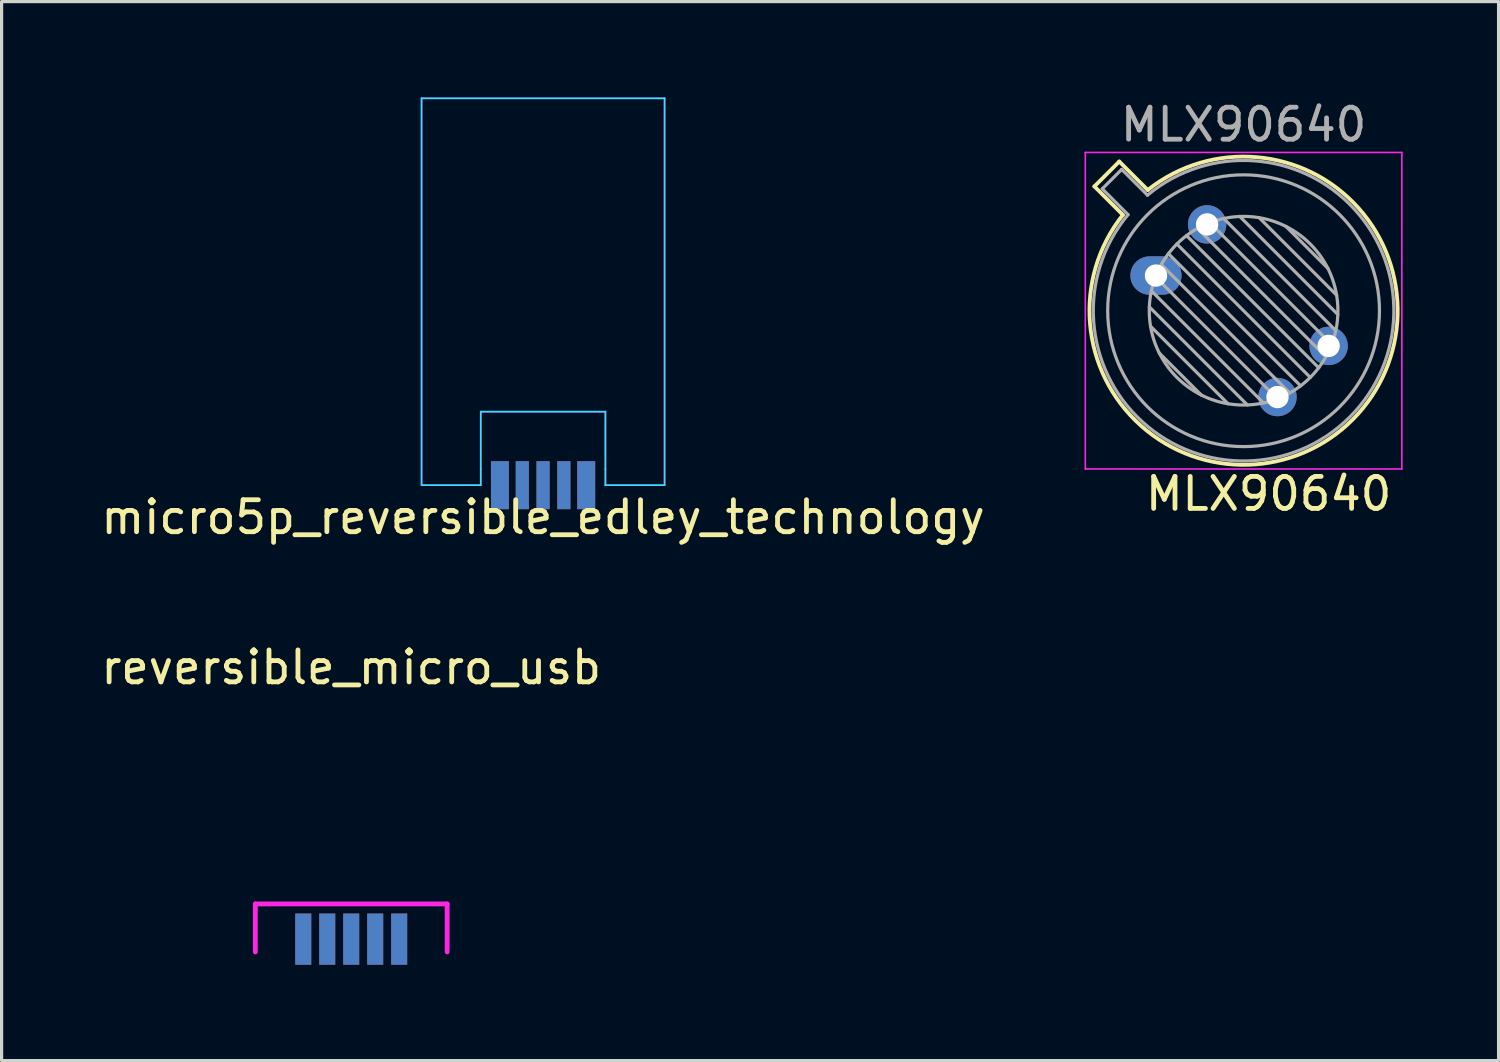
<source format=kicad_pcb>
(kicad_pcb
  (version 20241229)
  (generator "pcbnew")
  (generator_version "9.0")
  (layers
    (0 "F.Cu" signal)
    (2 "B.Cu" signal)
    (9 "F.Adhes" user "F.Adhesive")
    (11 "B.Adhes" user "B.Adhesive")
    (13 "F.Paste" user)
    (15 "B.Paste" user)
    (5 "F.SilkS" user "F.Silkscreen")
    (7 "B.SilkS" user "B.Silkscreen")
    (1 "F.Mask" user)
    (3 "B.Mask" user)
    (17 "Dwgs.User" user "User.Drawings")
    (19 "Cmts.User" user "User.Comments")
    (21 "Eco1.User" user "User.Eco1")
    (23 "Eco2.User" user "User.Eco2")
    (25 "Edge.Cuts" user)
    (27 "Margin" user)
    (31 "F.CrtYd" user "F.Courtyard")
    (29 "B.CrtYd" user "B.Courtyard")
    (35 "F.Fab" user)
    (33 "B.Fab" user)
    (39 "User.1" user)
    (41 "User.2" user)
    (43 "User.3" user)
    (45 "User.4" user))
  (footprint "micro5p_reversible_edley_technology"
    (layer "F.Cu")
    (at 13.935 11.125)
    (property "Reference" "micro5p_reversible_edley_technology" (at 0 2 0) (layer "F.SilkS") (effects (font (size 1 1) (thickness 0.15))))
    (attr through_hole)
    (fp_line (start -3.8 -11.1) (end 3.8 -11.1) (stroke (width 0.05) (type solid)) (layer "B.CrtYd"))
    (fp_line (start -3.8 1) (end -3.8 -11.1) (stroke (width 0.05) (type solid)) (layer "B.CrtYd"))
    (fp_line (start -3.8 1) (end -1.95 1) (stroke (width 0.05) (type solid)) (layer "B.CrtYd"))
    (fp_line (start -1.95 -1.3) (end -1.95 0.5) (stroke (width 0.05) (type solid)) (layer "B.CrtYd"))
    (fp_line (start -1.95 0.5) (end -1.95 1) (stroke (width 0.05) (type solid)) (layer "B.CrtYd"))
    (fp_line (start 1.95 -1.3) (end -1.95 -1.3) (stroke (width 0.05) (type solid)) (layer "B.CrtYd"))
    (fp_line (start 1.95 0.5) (end 1.95 -1.3) (stroke (width 0.05) (type solid)) (layer "B.CrtYd"))
    (fp_line (start 1.95 0.5) (end 1.95 1) (stroke (width 0.05) (type solid)) (layer "B.CrtYd"))
    (fp_line (start 1.95 1) (end 3.8 1) (stroke (width 0.05) (type solid)) (layer "B.CrtYd"))
    (fp_line (start 3.8 1) (end 3.8 -11.1) (stroke (width 0.05) (type solid)) (layer "B.CrtYd"))
    (fp_line (start -3.8 1) (end -3.8 -11.1) (stroke (width 0.05) (type solid)) (layer "F.CrtYd"))
    (fp_line (start -1.95 -1.3) (end 1.95 -1.3) (stroke (width 0.05) (type solid)) (layer "F.CrtYd"))
    (fp_line (start -1.95 0.5) (end -1.95 -1.3) (stroke (width 0.05) (type solid)) (layer "F.CrtYd"))
    (fp_line (start -1.95 1) (end -3.8 1) (stroke (width 0.05) (type solid)) (layer "F.CrtYd"))
    (fp_line (start -1.95 1) (end -1.95 0.5) (stroke (width 0.05) (type solid)) (layer "F.CrtYd"))
    (fp_line (start 1.95 -1.3) (end 1.95 0.5) (stroke (width 0.05) (type solid)) (layer "F.CrtYd"))
    (fp_line (start 1.95 1) (end 1.95 0.5) (stroke (width 0.05) (type solid)) (layer "F.CrtYd"))
    (fp_line (start 3.8 -11.1) (end -3.8 -11.1) (stroke (width 0.05) (type solid)) (layer "F.CrtYd"))
    (fp_line (start 3.8 1) (end 1.95 1) (stroke (width 0.05) (type solid)) (layer "F.CrtYd"))
    (fp_line (start 3.8 1) (end 3.8 -11.1) (stroke (width 0.05) (type solid)) (layer "F.CrtYd"))
    (pad "A1" smd rect (at -1.35 1) (size 0.56 1.5) (layers "F.Cu" "F.Mask" "F.Paste"))
    (pad "A2" smd rect (at -0.65 1) (size 0.41 1.5) (layers "F.Cu" "F.Mask" "F.Paste"))
    (pad "A3" smd rect (at 0 1) (size 0.41 1.5) (layers "F.Cu" "F.Mask" "F.Paste"))
    (pad "A4" smd rect (at 0.65 1) (size 0.41 1.5) (layers "F.Cu" "F.Mask" "F.Paste"))
    (pad "A5" smd rect (at 1.35 1) (size 0.56 1.5) (layers "F.Cu" "F.Mask" "F.Paste"))
    (pad "B1" smd rect (at 1.35 1) (size 0.56 1.5) (layers "B.Cu" "B.Mask" "B.Paste"))
    (pad "B2" smd rect (at 0.65 1) (size 0.41 1.5) (layers "B.Cu" "B.Mask" "B.Paste"))
    (pad "B3" smd rect (at 0 1) (size 0.41 1.5) (layers "B.Cu" "B.Mask" "B.Paste"))
    (pad "B4" smd rect (at -0.65 1) (size 0.41 1.5) (layers "B.Cu" "B.Mask" "B.Paste"))
    (pad "B5" smd rect (at -1.35 1) (size 0.56 1.5) (layers "B.Cu" "B.Mask" "B.Paste")))
  (footprint "reversible_micro_usb"
    (layer "F.Cu")
    (at 7.935 26.322)
    (property "Reference" "reversible_micro_usb" (at 0 -8.5 0) (layer "F.SilkS") (effects (font (size 1 1) (thickness 0.15))))
    (attr through_hole)
    (fp_line (start -3 -1.1) (end 3 -1.1) (stroke (width 0.15) (type solid)) (layer "F.CrtYd"))
    (fp_line (start -3 0.4) (end -3 -1.1) (stroke (width 0.15) (type solid)) (layer "F.CrtYd"))
    (fp_line (start 3 -1.1) (end 3 0.4) (stroke (width 0.15) (type solid)) (layer "F.CrtYd"))
    (pad "A1" smd rect (at -1.5 0) (size 0.5 1.6) (layers "F.Cu" "F.Mask" "F.Paste"))
    (pad "A2" smd rect (at -0.75 0) (size 0.5 1.6) (layers "F.Cu" "F.Mask" "F.Paste"))
    (pad "A3" smd rect (at 0 0) (size 0.5 1.6) (layers "F.Cu" "F.Mask" "F.Paste"))
    (pad "A4" smd rect (at 0.75 0) (size 0.5 1.6) (layers "F.Cu" "F.Mask" "F.Paste"))
    (pad "A5" smd rect (at 1.5 0) (size 0.5 1.6) (layers "F.Cu" "F.Mask" "F.Paste"))
    (pad "B1" smd rect (at 1.5 0) (size 0.5 1.6) (layers "B.Cu" "B.Mask" "B.Paste"))
    (pad "B2" smd rect (at 0.75 0) (size 0.5 1.6) (layers "B.Cu" "B.Mask" "B.Paste"))
    (pad "B3" smd rect (at 0 0) (size 0.5 1.6) (layers "B.Cu" "B.Mask" "B.Paste"))
    (pad "B4" smd rect (at -0.75 0) (size 0.5 1.6) (layers "B.Cu" "B.Mask" "B.Paste"))
    (pad "B5" smd rect (at -1.5 0) (size 0.5 1.6) (layers "B.Cu" "B.Mask" "B.Paste")))
  (footprint "MLX90640"
    (layer "F.Cu")
    (at 33.304 6.668)
    (property "Reference" "MLX90640" (at 3.323 5.728 180) (layer "F.SilkS") (effects (font (size 1 1) (thickness 0.15))))
    (attr through_hole)
    (fp_line (start -2.126 -3.888) (end -1.235 -2.997) (stroke (width 0.12) (type solid)) (layer "F.SilkS"))
    (fp_line (start -1.348 -4.666) (end -2.126 -3.888) (stroke (width 0.12) (type solid)) (layer "F.SilkS"))
    (fp_line (start -0.457 -3.775) (end -1.348 -4.666) (stroke (width 0.12) (type solid)) (layer "F.SilkS"))
    (fp_arc (start -0.457084 -3.774902) (mid 5.948125 3.408384) (end -1.234674 -2.997371) (stroke (width 0.12) (type solid)) (layer "F.SilkS"))
    (fp_line (start -2.41 -4.95) (end -2.41 4.95) (stroke (width 0.05) (type solid)) (layer "F.CrtYd"))
    (fp_line (start -2.41 4.95) (end 7.49 4.95) (stroke (width 0.05) (type solid)) (layer "F.CrtYd"))
    (fp_line (start 7.49 -4.95) (end -2.41 -4.95) (stroke (width 0.05) (type solid)) (layer "F.CrtYd"))
    (fp_line (start 7.49 4.95) (end 7.49 -4.95) (stroke (width 0.05) (type solid)) (layer "F.CrtYd"))
    (fp_line (start -1.88 -3.812) (end -1.074 -3.005) (stroke (width 0.1) (type solid)) (layer "F.Fab"))
    (fp_line (start -1.272 -4.42) (end -1.88 -3.812) (stroke (width 0.1) (type solid)) (layer "F.Fab"))
    (fp_line (start -0.465 -3.614) (end -1.272 -4.42) (stroke (width 0.1) (type solid)) (layer "F.Fab"))
    (fp_line (start -0.408 -0.12) (end 2.66 2.948) (stroke (width 0.1) (type solid)) (layer "F.Fab"))
    (fp_line (start -0.371 0.485) (end 2.055 2.911) (stroke (width 0.1) (type solid)) (layer "F.Fab"))
    (fp_line (start -0.344 -0.622) (end 3.162 2.884) (stroke (width 0.1) (type solid)) (layer "F.Fab"))
    (fp_line (start -0.215 -1.058) (end 3.598 2.755) (stroke (width 0.1) (type solid)) (layer "F.Fab"))
    (fp_line (start -0.097 1.324) (end 1.216 2.637) (stroke (width 0.1) (type solid)) (layer "F.Fab"))
    (fp_line (start -0.034 -1.443) (end 3.983 2.574) (stroke (width 0.1) (type solid)) (layer "F.Fab"))
    (fp_line (start 0.19 -1.784) (end 4.324 2.35) (stroke (width 0.1) (type solid)) (layer "F.Fab"))
    (fp_line (start 0.454 -2.086) (end 4.626 2.086) (stroke (width 0.1) (type solid)) (layer "F.Fab"))
    (fp_line (start 0.756 -2.35) (end 4.89 1.784) (stroke (width 0.1) (type solid)) (layer "F.Fab"))
    (fp_line (start 1.097 -2.574) (end 5.114 1.443) (stroke (width 0.1) (type solid)) (layer "F.Fab"))
    (fp_line (start 1.482 -2.755) (end 5.295 1.058) (stroke (width 0.1) (type solid)) (layer "F.Fab"))
    (fp_line (start 1.918 -2.884) (end 5.424 0.622) (stroke (width 0.1) (type solid)) (layer "F.Fab"))
    (fp_line (start 2.42 -2.948) (end 5.488 0.12) (stroke (width 0.1) (type solid)) (layer "F.Fab"))
    (fp_line (start 3.025 -2.911) (end 5.451 -0.485) (stroke (width 0.1) (type solid)) (layer "F.Fab"))
    (fp_line (start 3.864 -2.637) (end 5.177 -1.324) (stroke (width 0.1) (type solid)) (layer "F.Fab"))
    (fp_arc (start -0.465408 -3.61352) (mid 5.863443 3.323361) (end -1.073594 -3.005319) (stroke (width 0.1) (type solid)) (layer "F.Fab"))
    (fp_circle (center 2.54 0) (end 5.49 0) (stroke (width 0.1) (type solid)) (fill no) (layer "F.Fab"))
    (fp_circle (center 2.54 0) (end 6.79 0) (stroke (width 0.1) (type solid)) (fill no) (layer "F.Fab"))
    (fp_text user "${REFERENCE}" (at 2.54 -5.82 0) (layer "F.Fab") (effects (font (size 1 1) (thickness 0.15))))
    (pad "1" thru_hole oval (at -0.2 -1.1) (size 1.6 1.2) (drill 0.7) (layers "*.Mask" "B.Cu"))
    (pad "2" thru_hole oval (at 3.6 2.7) (size 1.2 1.2) (drill 0.7) (layers "*.Mask" "B.Cu"))
    (pad "3" thru_hole oval (at 5.2 1.1) (size 1.2 1.2) (drill 0.7) (layers "*.Mask" "B.Cu"))
    (pad "4" thru_hole oval (at 1.4 -2.7) (size 1.2 1.2) (drill 0.7) (layers "*.Mask" "B.Cu")))
  (gr_rect
    (start -3 -3)
    (end 43.819 30.122)
    (stroke (width 0.1) (type default))
    (fill no)
    (layer "Edge.Cuts")))
</source>
